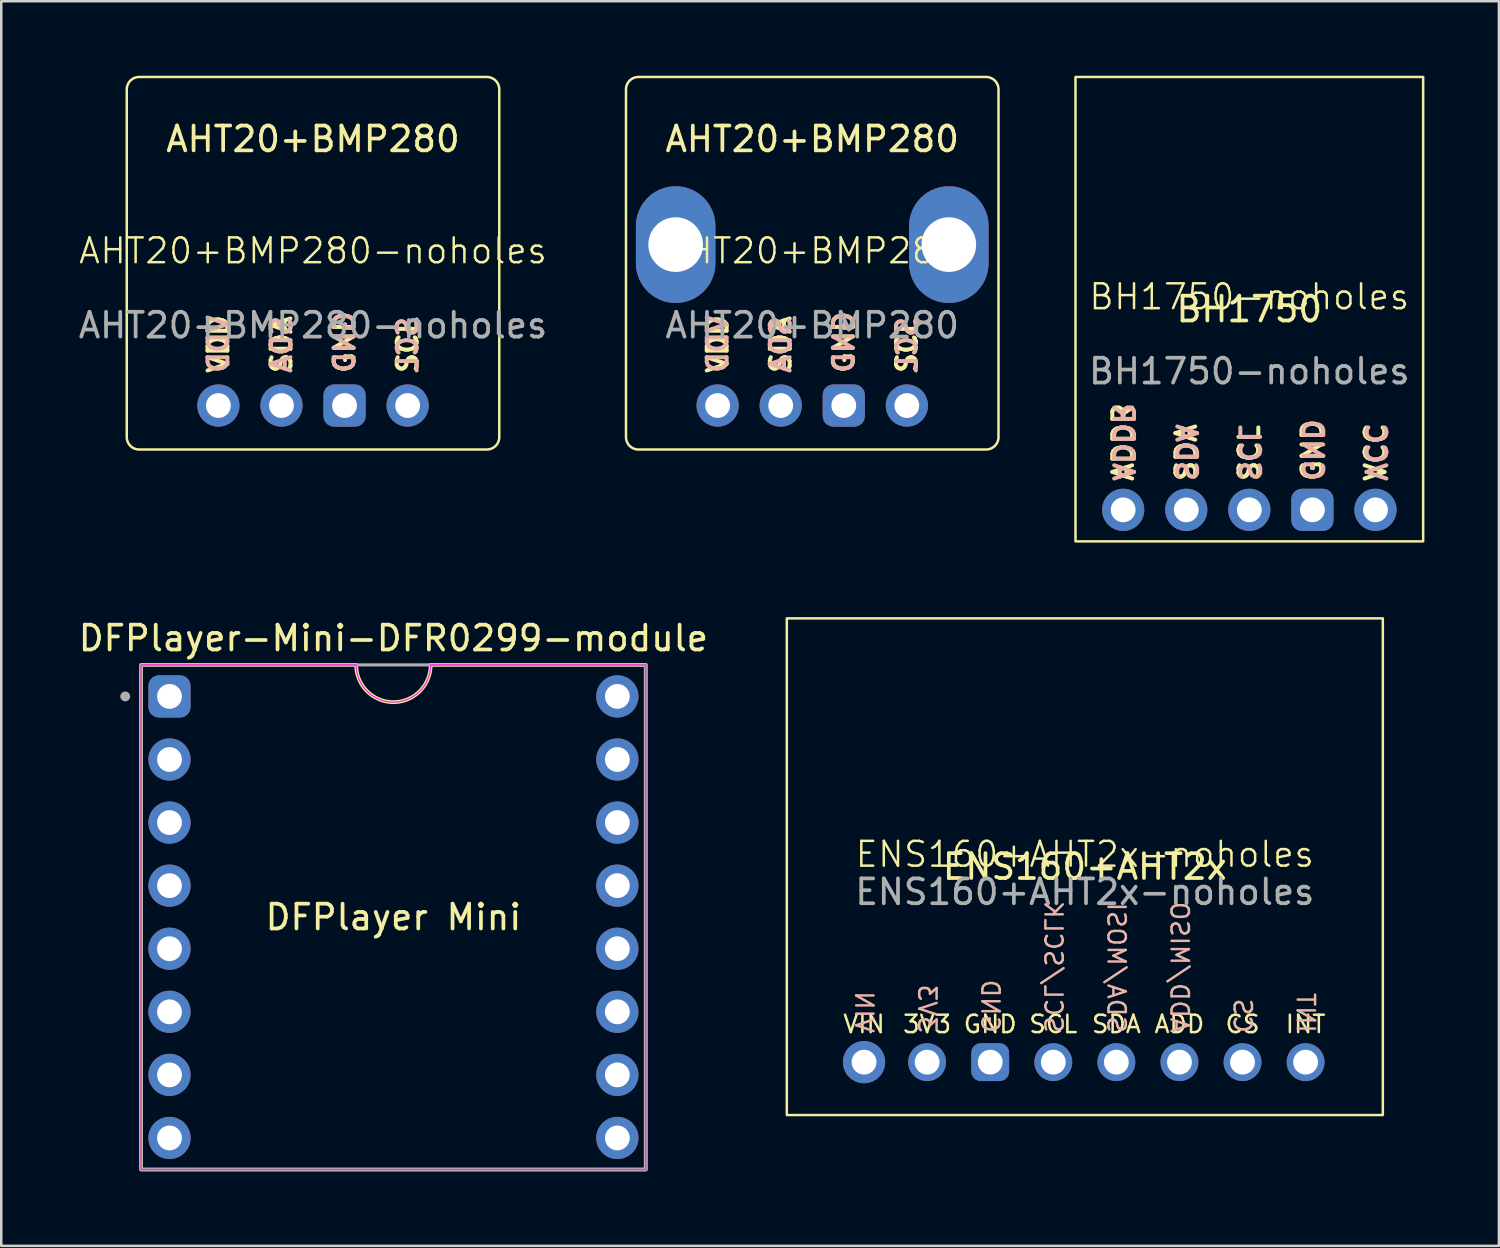
<source format=kicad_pcb>
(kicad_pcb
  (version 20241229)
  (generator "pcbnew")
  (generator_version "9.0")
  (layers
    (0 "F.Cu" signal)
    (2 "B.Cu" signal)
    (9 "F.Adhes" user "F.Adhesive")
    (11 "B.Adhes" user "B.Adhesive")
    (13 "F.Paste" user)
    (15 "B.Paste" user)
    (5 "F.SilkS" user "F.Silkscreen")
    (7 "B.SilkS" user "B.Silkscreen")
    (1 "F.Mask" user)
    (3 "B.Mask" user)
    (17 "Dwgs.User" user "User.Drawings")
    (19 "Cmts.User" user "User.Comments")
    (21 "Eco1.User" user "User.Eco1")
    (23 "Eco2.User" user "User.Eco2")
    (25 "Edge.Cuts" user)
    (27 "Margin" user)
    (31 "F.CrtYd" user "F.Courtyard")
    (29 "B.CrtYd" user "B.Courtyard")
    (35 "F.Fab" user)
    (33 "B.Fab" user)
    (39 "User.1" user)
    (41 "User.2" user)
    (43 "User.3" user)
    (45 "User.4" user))
  (footprint "DFPlayer-Mini-DFR0299-module"
    (layer "F.Cu")
    (at 12.792 33.883)
    (property "Reference" "DFPlayer-Mini-DFR0299-module" (at 0 -11.235 0) (layer "F.SilkS") (effects (font (size 1 1) (thickness 0.15))))
    (attr through_hole)
    (fp_poly (pts (arc (start 1.5 -10.16) (mid 0 -8.66) (end -1.5 -10.16)) (xy -10.16 -10.16) (xy -10.16 10.16) (xy 10.16 10.16) (xy 10.16 -10.16)) (stroke (width 0.15) (type solid)) (fill no) (layer "F.SilkS"))
    (fp_poly (pts (arc (start 1.5 -10.16) (mid 0 -8.66) (end -1.5 -10.16)) (xy -10.16 -10.16) (xy -10.16 10.16) (xy 10.16 10.16) (xy 10.16 -10.16)) (stroke (width 0.05) (type solid)) (fill no) (layer "F.CrtYd"))
    (fp_line (start -10.16 -10.16) (end 10.16 -10.16) (stroke (width 0.127) (type solid)) (layer "F.Fab"))
    (fp_line (start -10.16 10.16) (end -10.16 -10.16) (stroke (width 0.127) (type solid)) (layer "F.Fab"))
    (fp_line (start 10.16 -10.16) (end 10.16 10.16) (stroke (width 0.127) (type solid)) (layer "F.Fab"))
    (fp_line (start 10.16 10.16) (end -10.16 10.16) (stroke (width 0.127) (type solid)) (layer "F.Fab"))
    (fp_circle (center -10.8 -8.89) (end -10.7 -8.89) (stroke (width 0.2) (type solid)) (fill no) (layer "F.Fab"))
    (fp_text user "DFPlayer Mini" (at 0 0 0) (unlocked yes) (layer "F.SilkS") (effects (font (size 1 1) (thickness 0.15))))
    (pad "1" thru_hole roundrect (at -9.017 -8.89) (size 1.7 1.7) (drill 1) (layers "*.Cu" "*.Mask") (roundrect_rratio 0.25))
    (pad "2" thru_hole circle (at -9.017 -6.35) (size 1.7 1.7) (drill 1) (layers "*.Cu" "*.Mask"))
    (pad "3" thru_hole circle (at -9.017 -3.81) (size 1.7 1.7) (drill 1) (layers "*.Cu" "*.Mask"))
    (pad "4" thru_hole circle (at -9.017 -1.27) (size 1.7 1.7) (drill 1) (layers "*.Cu" "*.Mask"))
    (pad "5" thru_hole circle (at -9.017 1.27) (size 1.7 1.7) (drill 1) (layers "*.Cu" "*.Mask"))
    (pad "6" thru_hole circle (at -9.017 3.81) (size 1.7 1.7) (drill 1) (layers "*.Cu" "*.Mask"))
    (pad "7" thru_hole circle (at -9.017 6.35) (size 1.7 1.7) (drill 1) (layers "*.Cu" "*.Mask"))
    (pad "8" thru_hole circle (at -9.017 8.89) (size 1.7 1.7) (drill 1) (layers "*.Cu" "*.Mask"))
    (pad "9" thru_hole circle (at 9.017 8.89) (size 1.7 1.7) (drill 1) (layers "*.Cu" "*.Mask"))
    (pad "10" thru_hole circle (at 9.017 6.35) (size 1.7 1.7) (drill 1) (layers "*.Cu" "*.Mask"))
    (pad "11" thru_hole circle (at 9.017 3.81) (size 1.7 1.7) (drill 1) (layers "*.Cu" "*.Mask"))
    (pad "12" thru_hole circle (at 9.017 1.27) (size 1.7 1.7) (drill 1) (layers "*.Cu" "*.Mask"))
    (pad "13" thru_hole circle (at 9.017 -1.27) (size 1.7 1.7) (drill 1) (layers "*.Cu" "*.Mask"))
    (pad "14" thru_hole circle (at 9.017 -3.81) (size 1.7 1.7) (drill 1) (layers "*.Cu" "*.Mask"))
    (pad "15" thru_hole circle (at 9.017 -6.35) (size 1.7 1.7) (drill 1) (layers "*.Cu" "*.Mask"))
    (pad "16" thru_hole circle (at 9.017 -8.89) (size 1.7 1.7) (drill 1) (layers "*.Cu" "*.Mask")))
  (footprint "BH1750-noholes"
    (layer "F.Cu")
    (at 47.257 9.4)
    (property "Reference" "BH1750-noholes" (at 0 -0.5 0) (unlocked yes) (layer "F.SilkS") (effects (font (size 1 1) (thickness 0.1))))
    (attr through_hole)
    (fp_rect (start -7 -9.35) (end 7 9.35) (stroke (width 0.1) (type default)) (fill no) (layer "F.SilkS"))
    (fp_text user "SDA" (at -2.54 7 90) (unlocked yes) (layer "F.SilkS") (effects (font (size 0.8 0.8) (thickness 0.16)) (justify left)))
    (fp_text user "VCC" (at 5.08 7 90) (unlocked yes) (layer "F.SilkS") (effects (font (size 0.8 0.8) (thickness 0.16)) (justify left)))
    (fp_text user "ADDR" (at -5.08 7 90) (unlocked yes) (layer "F.SilkS") (effects (font (size 0.8 0.8) (thickness 0.16)) (justify left)))
    (fp_text user "GND" (at 2.54 7 90) (unlocked yes) (layer "F.SilkS") (effects (font (size 0.8 0.8) (thickness 0.16)) (justify left)))
    (fp_text user "SCL" (at 0 7 90) (unlocked yes) (layer "F.SilkS") (effects (font (size 0.8 0.8) (thickness 0.16)) (justify left)))
    (fp_text user "BH1750" (at 0 0 0) (unlocked yes) (layer "F.SilkS") (effects (font (size 1 1) (thickness 0.15))))
    (fp_text user "ADDR" (at -5.08 7 270) (unlocked yes) (layer "B.SilkS") (effects (font (size 0.8 0.8) (thickness 0.16)) (justify left mirror)))
    (fp_text user "VCC" (at 5.08 7 270) (unlocked yes) (layer "B.SilkS") (effects (font (size 0.8 0.8) (thickness 0.16)) (justify left mirror)))
    (fp_text user "SCL" (at 0 7 270) (unlocked yes) (layer "B.SilkS") (effects (font (size 0.8 0.8) (thickness 0.16)) (justify left mirror)))
    (fp_text user "SDA" (at -2.54 7 270) (unlocked yes) (layer "B.SilkS") (effects (font (size 0.8 0.8) (thickness 0.16)) (justify left mirror)))
    (fp_text user "GND" (at 2.54 7 270) (unlocked yes) (layer "B.SilkS") (effects (font (size 0.8 0.8) (thickness 0.16)) (justify left mirror)))
    (fp_text user "${REFERENCE}" (at 0 2.5 0) (unlocked yes) (layer "F.Fab") (effects (font (size 1 1) (thickness 0.15))))
    (pad "1" thru_hole circle (at 5.08 8.08) (size 1.7 1.7) (drill 1) (layers "*.Cu" "*.Mask"))
    (pad "2" thru_hole roundrect (at 2.54 8.08) (size 1.7 1.7) (drill 1) (layers "*.Cu" "*.Mask") (roundrect_rratio 0.25))
    (pad "3" thru_hole circle (at 0 8.08) (size 1.7 1.7) (drill 1) (layers "*.Cu" "*.Mask"))
    (pad "4" thru_hole circle (at -2.54 8.08) (size 1.7 1.7) (drill 1) (layers "*.Cu" "*.Mask"))
    (pad "5" thru_hole circle (at -5.08 8.08) (size 1.7 1.7) (drill 1) (layers "*.Cu" "*.Mask")))
  (footprint "ENS160+AHT2x-noholes"
    (layer "F.Cu")
    (at 40.633 31.85)
    (property "Reference" "ENS160+AHT2x-noholes" (at 0 -0.5 0) (unlocked yes) (layer "F.SilkS") (effects (font (size 1 1) (thickness 0.1))))
    (attr through_hole)
    (fp_rect (start -12 -10) (end 12 10) (stroke (width 0.1) (type default)) (fill no) (layer "F.SilkS"))
    (fp_text user "ADD" (at 3.81 6.75 0) (unlocked yes) (layer "F.SilkS") (effects (font (size 0.7 0.7) (thickness 0.1)) (justify bottom)))
    (fp_text user "VIN" (at -8.89 6.75 0) (unlocked yes) (layer "F.SilkS") (effects (font (size 0.7 0.7) (thickness 0.1)) (justify bottom)))
    (fp_text user "ENS160+AHT2x" (at 0 0 0) (unlocked yes) (layer "F.SilkS") (effects (font (size 1 1) (thickness 0.15))))
    (fp_text user "SDA" (at 1.27 6.75 0) (unlocked yes) (layer "F.SilkS") (effects (font (size 0.7 0.7) (thickness 0.1)) (justify bottom)))
    (fp_text user "SCL" (at -1.27 6.75 0) (unlocked yes) (layer "F.SilkS") (effects (font (size 0.7 0.7) (thickness 0.1)) (justify bottom)))
    (fp_text user "INT" (at 8.89 6.75 0) (unlocked yes) (layer "F.SilkS") (effects (font (size 0.7 0.7) (thickness 0.1)) (justify bottom)))
    (fp_text user "CS" (at 6.35 6.75 0) (unlocked yes) (layer "F.SilkS") (effects (font (size 0.7 0.7) (thickness 0.1)) (justify bottom)))
    (fp_text user "GND" (at -3.81 6.75 0) (unlocked yes) (layer "F.SilkS") (effects (font (size 0.7 0.7) (thickness 0.1)) (justify bottom)))
    (fp_text user "3V3" (at -6.35 6.75 0) (unlocked yes) (layer "F.SilkS") (effects (font (size 0.7 0.7) (thickness 0.1)) (justify bottom)))
    (fp_text user "SCL/SCLK" (at -1.27 6.75 270) (unlocked yes) (layer "B.SilkS") (effects (font (size 0.7 0.7) (thickness 0.1)) (justify left mirror)))
    (fp_text user "VIN" (at -8.89 6.75 270) (unlocked yes) (layer "B.SilkS") (effects (font (size 0.7 0.7) (thickness 0.1)) (justify left mirror)))
    (fp_text user "CS" (at 6.35 6.75 270) (unlocked yes) (layer "B.SilkS") (effects (font (size 0.7 0.7) (thickness 0.1)) (justify left mirror)))
    (fp_text user "3V3" (at -6.35 6.75 270) (unlocked yes) (layer "B.SilkS") (effects (font (size 0.7 0.7) (thickness 0.1)) (justify left mirror)))
    (fp_text user "INT" (at 8.89 6.75 270) (unlocked yes) (layer "B.SilkS") (effects (font (size 0.7 0.7) (thickness 0.1)) (justify left mirror)))
    (fp_text user "SDA/MOSI" (at 1.27 6.75 270) (unlocked yes) (layer "B.SilkS") (effects (font (size 0.7 0.7) (thickness 0.1)) (justify left mirror)))
    (fp_text user "GND" (at -3.81 6.75 270) (unlocked yes) (layer "B.SilkS") (effects (font (size 0.7 0.7) (thickness 0.1)) (justify left mirror)))
    (fp_text user "ADD/MISO" (at 3.81 6.75 270) (unlocked yes) (layer "B.SilkS") (effects (font (size 0.7 0.7) (thickness 0.1)) (justify left mirror)))
    (fp_text user "${REFERENCE}" (at 0 1.016 0) (unlocked yes) (layer "F.Fab") (effects (font (size 1 1) (thickness 0.15))))
    (pad "1" thru_hole circle (at -8.89 7.87) (size 1.7 1.7) (drill 1) (layers "*.Cu" "*.Mask"))
    (pad "2" thru_hole circle (at -6.35 7.87) (size 1.524 1.524) (drill 1) (layers "*.Cu" "*.Mask"))
    (pad "3" thru_hole roundrect (at -3.81 7.87) (size 1.524 1.524) (drill 1) (layers "*.Cu" "*.Mask") (roundrect_rratio 0.25))
    (pad "4" thru_hole circle (at -1.27 7.87) (size 1.524 1.524) (drill 1) (layers "*.Cu" "*.Mask"))
    (pad "5" thru_hole circle (at 1.27 7.87) (size 1.524 1.524) (drill 1) (layers "*.Cu" "*.Mask"))
    (pad "6" thru_hole circle (at 3.81 7.87) (size 1.524 1.524) (drill 1) (layers "*.Cu" "*.Mask"))
    (pad "7" thru_hole circle (at 6.35 7.87) (size 1.524 1.524) (drill 1) (layers "*.Cu" "*.Mask"))
    (pad "8" thru_hole circle (at 8.89 7.87) (size 1.524 1.524) (drill 1) (layers "*.Cu" "*.Mask")))
  (footprint "AHT20+BMP280-noholes"
    (layer "F.Cu")
    (at 9.554 7.55)
    (property "Reference" "AHT20+BMP280-noholes" (at 0 -0.5 0) (unlocked yes) (layer "F.SilkS") (effects (font (size 1 1) (thickness 0.1))))
    (attr through_hole)
    (fp_poly (pts (arc (start 7.5 -7) (mid 7.353553 -7.353553) (end 7 -7.5)) (arc (start -7 -7.5) (mid -7.353553 -7.353553) (end -7.5 -7)) (arc (start -7.5 7) (mid -7.353553 7.353553) (end -7 7.5)) (arc (start 7 7.5) (mid 7.353553 7.353553) (end 7.5 7))) (stroke (width 0.1) (type solid)) (fill no) (layer "F.SilkS"))
    (fp_text user "VDD" (at -3.81 4.5 90) (unlocked yes) (layer "F.SilkS") (effects (font (size 0.8 0.8) (thickness 0.16)) (justify left)))
    (fp_text user "SDA" (at -1.27 4.5 90) (unlocked yes) (layer "F.SilkS") (effects (font (size 0.8 0.8) (thickness 0.16)) (justify left)))
    (fp_text user "SCL" (at 3.81 4.5 90) (unlocked yes) (layer "F.SilkS") (effects (font (size 0.8 0.8) (thickness 0.16)) (justify left)))
    (fp_text user "GND" (at 1.27 4.5 90) (unlocked yes) (layer "F.SilkS") (effects (font (size 0.8 0.8) (thickness 0.16)) (justify left)))
    (fp_text user "AHT20+BMP280" (at 0 -5 0) (unlocked yes) (layer "F.SilkS") (effects (font (size 1 1) (thickness 0.15))))
    (fp_text user "SCL" (at 3.81 4.5 90) (unlocked yes) (layer "B.SilkS") (effects (font (size 0.8 0.8) (thickness 0.16)) (justify right mirror)))
    (fp_text user "SDA" (at -1.27 4.5 90) (unlocked yes) (layer "B.SilkS") (effects (font (size 0.8 0.8) (thickness 0.16)) (justify right mirror)))
    (fp_text user "VDD" (at -3.81 4.5 90) (unlocked yes) (layer "B.SilkS") (effects (font (size 0.8 0.8) (thickness 0.16)) (justify right mirror)))
    (fp_text user "GND" (at 1.27 4.5 90) (unlocked yes) (layer "B.SilkS") (effects (font (size 0.8 0.8) (thickness 0.16)) (justify right mirror)))
    (fp_text user "${REFERENCE}" (at 0 2.5 0) (unlocked yes) (layer "F.Fab") (effects (font (size 1 1) (thickness 0.15))))
    (pad "1" thru_hole circle (at -3.81 5.73) (size 1.7 1.7) (drill 1) (layers "*.Cu" "*.Mask"))
    (pad "2" thru_hole circle (at -1.27 5.73) (size 1.7 1.7) (drill 1) (layers "*.Cu" "*.Mask"))
    (pad "3" thru_hole roundrect (at 1.27 5.73) (size 1.7 1.7) (drill 1) (layers "*.Cu" "*.Mask") (roundrect_rratio 0.25))
    (pad "4" thru_hole circle (at 3.81 5.73) (size 1.7 1.7) (drill 1) (layers "*.Cu" "*.Mask")))
  (footprint "AHT20+BMP280"
    (layer "F.Cu")
    (at 29.657 7.55)
    (property "Reference" "AHT20+BMP280" (at 0 -0.5 0) (unlocked yes) (layer "F.SilkS") (effects (font (size 1 1) (thickness 0.1))))
    (attr through_hole)
    (fp_poly (pts (arc (start 7.5 -7) (mid 7.353553 -7.353553) (end 7 -7.5)) (arc (start -7 -7.5) (mid -7.353553 -7.353553) (end -7.5 -7)) (arc (start -7.5 7) (mid -7.353553 7.353553) (end -7 7.5)) (arc (start 7 7.5) (mid 7.353553 7.353553) (end 7.5 7))) (stroke (width 0.1) (type solid)) (fill no) (layer "F.SilkS"))
    (fp_text user "SDA" (at -1.27 4.5 90) (unlocked yes) (layer "F.SilkS") (effects (font (size 0.8 0.8) (thickness 0.16)) (justify left)))
    (fp_text user "VDD" (at -3.81 4.5 90) (unlocked yes) (layer "F.SilkS") (effects (font (size 0.8 0.8) (thickness 0.16)) (justify left)))
    (fp_text user "SCL" (at 3.81 4.5 90) (unlocked yes) (layer "F.SilkS") (effects (font (size 0.8 0.8) (thickness 0.16)) (justify left)))
    (fp_text user "AHT20+BMP280" (at 0 -5 0) (unlocked yes) (layer "F.SilkS") (effects (font (size 1 1) (thickness 0.15))))
    (fp_text user "GND" (at 1.27 4.5 90) (unlocked yes) (layer "F.SilkS") (effects (font (size 0.8 0.8) (thickness 0.16)) (justify left)))
    (fp_text user "VDD" (at -3.81 4.5 90) (unlocked yes) (layer "B.SilkS") (effects (font (size 0.8 0.8) (thickness 0.16)) (justify right mirror)))
    (fp_text user "SCL" (at 3.81 4.5 90) (unlocked yes) (layer "B.SilkS") (effects (font (size 0.8 0.8) (thickness 0.16)) (justify right mirror)))
    (fp_text user "SDA" (at -1.27 4.5 90) (unlocked yes) (layer "B.SilkS") (effects (font (size 0.8 0.8) (thickness 0.16)) (justify right mirror)))
    (fp_text user "GND" (at 1.27 4.5 90) (unlocked yes) (layer "B.SilkS") (effects (font (size 0.8 0.8) (thickness 0.16)) (justify right mirror)))
    (fp_text user "${REFERENCE}" (at 0 2.5 0) (unlocked yes) (layer "F.Fab") (effects (font (size 1 1) (thickness 0.15))))
    (pad "" np_thru_hole oval (at -5.5 -0.75) (size 3.2 4.7) (drill 2.2 3.7) (layers "*.Cu" "*.Mask"))
    (pad "" np_thru_hole oval (at 5.5 -0.75) (size 3.2 4.7) (drill 2.2 3.7) (layers "*.Cu" "*.Mask"))
    (pad "1" thru_hole circle (at -3.81 5.73) (size 1.7 1.7) (drill 1) (layers "*.Cu" "*.Mask"))
    (pad "2" thru_hole circle (at -1.27 5.73) (size 1.7 1.7) (drill 1) (layers "*.Cu" "*.Mask"))
    (pad "3" thru_hole roundrect (at 1.27 5.73) (size 1.7 1.7) (drill 1) (layers "*.Cu" "*.Mask") (roundrect_rratio 0.25))
    (pad "4" thru_hole circle (at 3.81 5.73) (size 1.7 1.7) (drill 1) (layers "*.Cu" "*.Mask")))
  (gr_rect
    (start -3 -3)
    (end 57.307 47.118)
    (stroke (width 0.1) (type default))
    (fill no)
    (layer "Edge.Cuts")))
</source>
